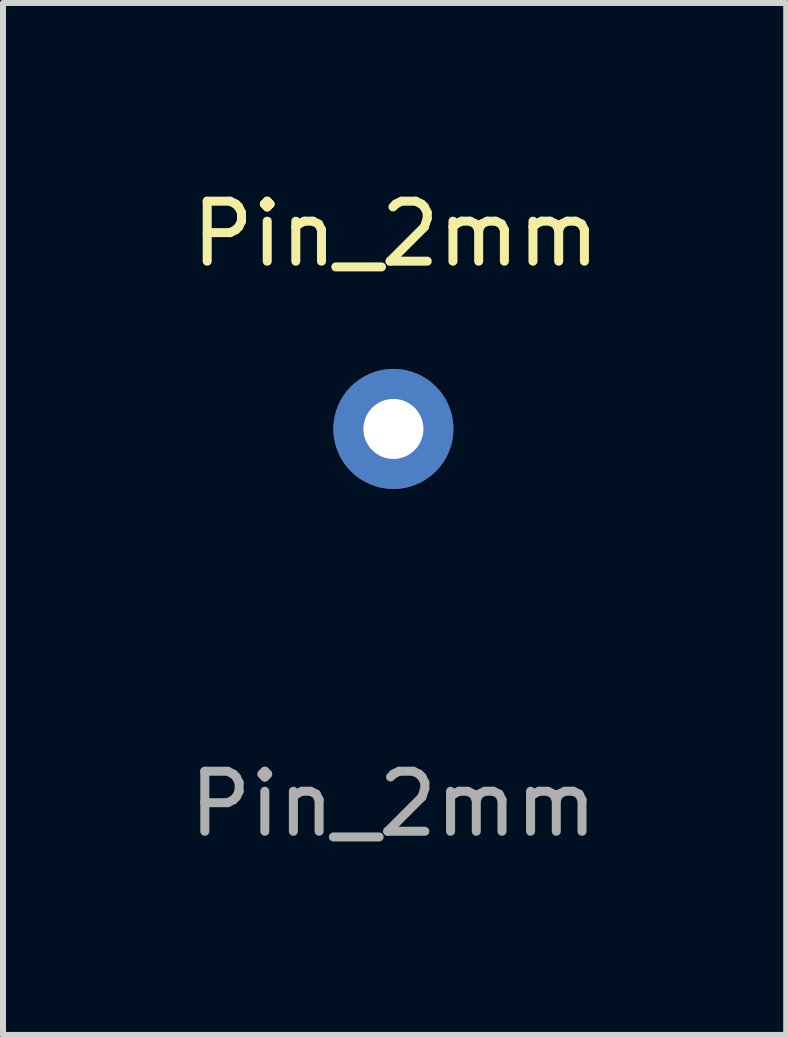
<source format=kicad_pcb>
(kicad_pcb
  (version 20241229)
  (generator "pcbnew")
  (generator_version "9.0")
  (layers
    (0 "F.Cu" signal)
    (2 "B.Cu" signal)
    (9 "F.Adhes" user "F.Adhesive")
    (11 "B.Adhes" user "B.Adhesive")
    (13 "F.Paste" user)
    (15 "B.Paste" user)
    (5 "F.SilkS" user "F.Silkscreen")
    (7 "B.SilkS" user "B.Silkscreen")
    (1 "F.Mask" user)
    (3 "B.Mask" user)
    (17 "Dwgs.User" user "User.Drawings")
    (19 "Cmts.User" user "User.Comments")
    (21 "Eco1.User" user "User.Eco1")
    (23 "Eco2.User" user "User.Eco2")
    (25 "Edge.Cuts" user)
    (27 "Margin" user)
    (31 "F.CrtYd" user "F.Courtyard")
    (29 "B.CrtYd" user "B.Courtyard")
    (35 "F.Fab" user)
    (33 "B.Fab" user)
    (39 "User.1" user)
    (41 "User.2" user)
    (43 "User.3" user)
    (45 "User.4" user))
  (footprint "Pin_2mm"
    (layer "F.Cu")
    (at 3.506 4.098)
    (property "Reference" "Pin_2mm" (at 0.04 -3.25 180) (layer "F.SilkS") (effects (font (size 1 1) (thickness 0.15))))
    (attr through_hole)
    (fp_text user "${REFERENCE}" (at 0 6.25 180) (layer "F.Fab") (effects (font (size 1 1) (thickness 0.15))))
    (pad "1" thru_hole circle (at 0 0 90) (size 2 2) (drill 1) (layers "*.Cu" "*.Mask") (remove_unused_layers yes) (keep_end_layers yes) (zone_layer_connections)))
  (gr_rect
    (start -3 -3)
    (end 10.052 14.197)
    (stroke (width 0.1) (type default))
    (fill no)
    (layer "Edge.Cuts")))
</source>
